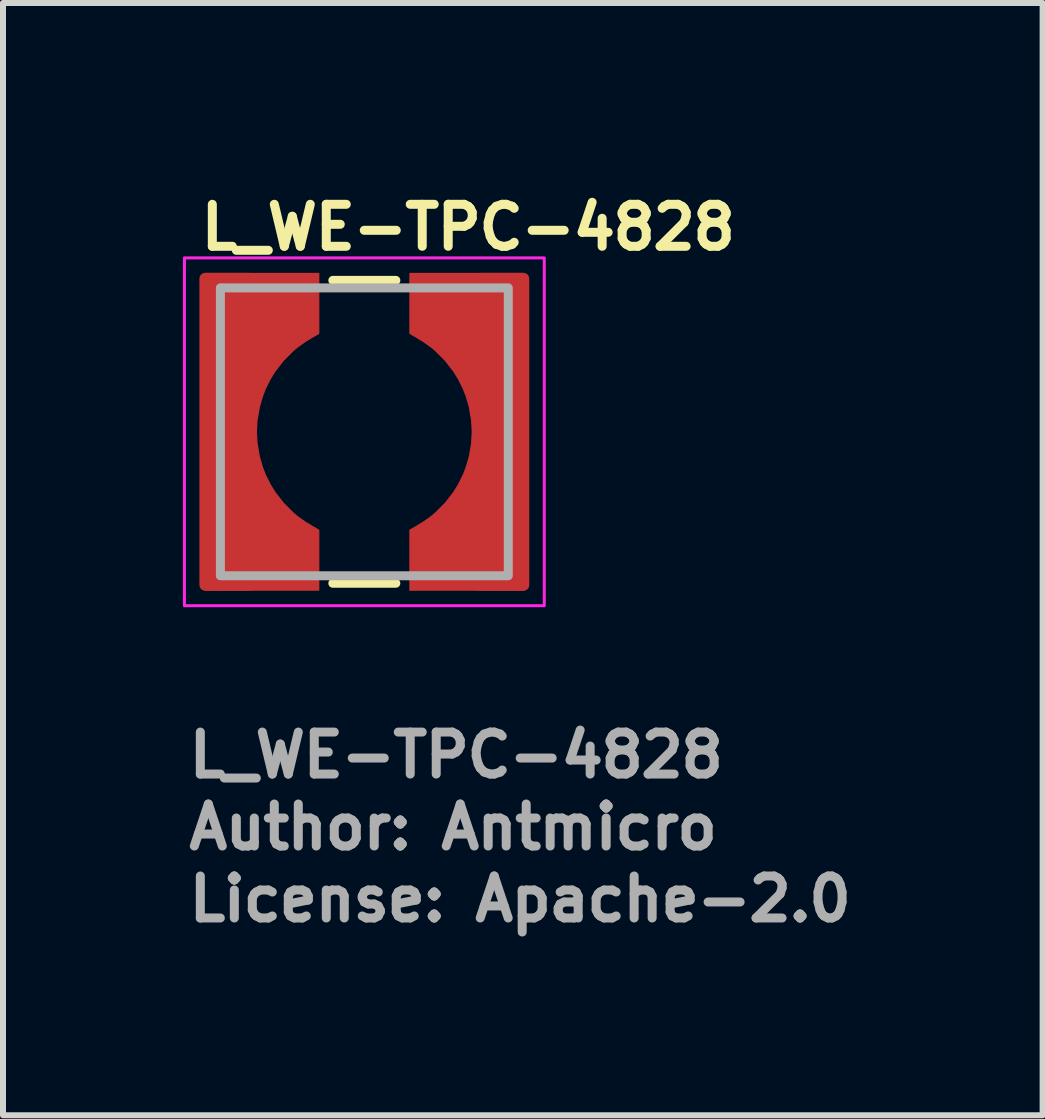
<source format=kicad_pcb>
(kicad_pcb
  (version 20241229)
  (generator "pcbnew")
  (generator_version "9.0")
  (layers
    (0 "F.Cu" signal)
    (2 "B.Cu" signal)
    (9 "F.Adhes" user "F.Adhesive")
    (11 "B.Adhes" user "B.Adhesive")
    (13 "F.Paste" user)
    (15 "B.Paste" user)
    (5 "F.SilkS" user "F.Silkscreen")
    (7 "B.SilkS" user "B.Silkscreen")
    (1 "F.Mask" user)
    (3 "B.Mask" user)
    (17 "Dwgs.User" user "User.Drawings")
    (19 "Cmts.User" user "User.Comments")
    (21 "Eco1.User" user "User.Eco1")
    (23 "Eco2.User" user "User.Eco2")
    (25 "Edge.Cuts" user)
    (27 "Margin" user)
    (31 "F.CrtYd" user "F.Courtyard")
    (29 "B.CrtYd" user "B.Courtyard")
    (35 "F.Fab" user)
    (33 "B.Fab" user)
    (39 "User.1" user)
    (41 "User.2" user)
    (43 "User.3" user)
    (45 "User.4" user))
  (footprint "L_WE-TPC-4828"
    (layer "F.Cu")
    (at 3.025 4.15)
    (property "Reference" "L_WE-TPC-4828" (at -2.8 -3 0) (layer "F.SilkS") (effects (font (size 0.7 0.7) (thickness 0.15)) (justify left bottom)))
    (attr smd)
    (fp_poly (pts (xy -2.667 -2.64) (xy -0.76 -2.64) (xy -0.76 -1.64) (xy -0.88 -1.57) (xy -0.98 -1.51) (xy -1.12 -1.41) (xy -1.19 -1.35) (xy -1.35 -1.19) (xy -1.49 -1.01) (xy -1.57 -0.88) (xy -1.65 -0.72) (xy -1.7 -0.59) (xy -1.75 -0.42) (xy -1.79 -0.19) (xy -1.8 0) (xy -1.79 0.19) (xy -1.75 0.42) (xy -1.7 0.59) (xy -1.65 0.72) (xy -1.57 0.88) (xy -1.49 1.01) (xy -1.35 1.19) (xy -1.19 1.35) (xy -1.12 1.41) (xy -0.98 1.51) (xy -0.88 1.57) (xy -0.76 1.64) (xy -0.76 2.64) (xy -2.65 2.64)) (stroke (width 0.02) (type solid)) (fill yes) (layer "F.Cu"))
    (fp_poly (pts (xy 2.667 2.64) (xy 0.76 2.64) (xy 0.76 1.64) (xy 0.88 1.57) (xy 0.98 1.51) (xy 1.12 1.41) (xy 1.19 1.35) (xy 1.35 1.19) (xy 1.49 1.01) (xy 1.57 0.88) (xy 1.65 0.72) (xy 1.7 0.59) (xy 1.75 0.42) (xy 1.79 0.19) (xy 1.8 0) (xy 1.79 -0.19) (xy 1.75 -0.42) (xy 1.7 -0.59) (xy 1.65 -0.72) (xy 1.57 -0.88) (xy 1.49 -1.01) (xy 1.35 -1.19) (xy 1.19 -1.35) (xy 1.12 -1.41) (xy 0.98 -1.51) (xy 0.88 -1.57) (xy 0.76 -1.64) (xy 0.76 -2.64) (xy 2.65 -2.64)) (stroke (width 0.02) (type solid)) (fill yes) (layer "F.Cu"))
    (fp_poly (pts (xy -2.667 -2.64) (xy -0.76 -2.64) (xy -0.76 -1.64) (xy -0.88 -1.57) (xy -0.98 -1.51) (xy -1.12 -1.41) (xy -1.19 -1.35) (xy -1.35 -1.19) (xy -1.49 -1.01) (xy -1.57 -0.88) (xy -1.65 -0.72) (xy -1.7 -0.59) (xy -1.75 -0.42) (xy -1.79 -0.19) (xy -1.8 0) (xy -1.79 0.19) (xy -1.75 0.42) (xy -1.7 0.59) (xy -1.65 0.72) (xy -1.57 0.88) (xy -1.49 1.01) (xy -1.35 1.19) (xy -1.19 1.35) (xy -1.12 1.41) (xy -0.98 1.51) (xy -0.88 1.57) (xy -0.76 1.64) (xy -0.76 2.64) (xy -2.65 2.64)) (stroke (width 0.02) (type solid)) (fill yes) (layer "F.Mask"))
    (fp_poly (pts (xy 2.667 2.64) (xy 0.76 2.64) (xy 0.76 1.64) (xy 0.88 1.57) (xy 0.98 1.51) (xy 1.12 1.41) (xy 1.19 1.35) (xy 1.35 1.19) (xy 1.49 1.01) (xy 1.57 0.88) (xy 1.65 0.72) (xy 1.7 0.59) (xy 1.75 0.42) (xy 1.79 0.19) (xy 1.8 0) (xy 1.79 -0.19) (xy 1.75 -0.42) (xy 1.7 -0.59) (xy 1.65 -0.72) (xy 1.57 -0.88) (xy 1.49 -1.01) (xy 1.35 -1.19) (xy 1.19 -1.35) (xy 1.12 -1.41) (xy 0.98 -1.51) (xy 0.88 -1.57) (xy 0.76 -1.64) (xy 0.76 -2.64) (xy 2.65 -2.64)) (stroke (width 0.02) (type solid)) (fill yes) (layer "F.Mask"))
    (fp_line (start -0.525 -2.525) (end 0.525 -2.525) (stroke (width 0.15) (type solid)) (layer "F.SilkS"))
    (fp_line (start -0.525 2.525) (end 0.525 2.525) (stroke (width 0.15) (type solid)) (layer "F.SilkS"))
    (fp_poly (pts (xy -2.667 -2.64) (xy -0.76 -2.64) (xy -0.76 -1.64) (xy -0.88 -1.57) (xy -0.98 -1.51) (xy -1.12 -1.41) (xy -1.19 -1.35) (xy -1.35 -1.19) (xy -1.49 -1.01) (xy -1.57 -0.88) (xy -1.65 -0.72) (xy -1.7 -0.59) (xy -1.75 -0.42) (xy -1.79 -0.19) (xy -1.8 0) (xy -1.79 0.19) (xy -1.75 0.42) (xy -1.7 0.59) (xy -1.65 0.72) (xy -1.57 0.88) (xy -1.49 1.01) (xy -1.35 1.19) (xy -1.19 1.35) (xy -1.12 1.41) (xy -0.98 1.51) (xy -0.88 1.57) (xy -0.76 1.64) (xy -0.76 2.64) (xy -2.65 2.64)) (stroke (width 0.02) (type solid)) (fill yes) (layer "F.Paste"))
    (fp_poly (pts (xy 2.667 2.64) (xy 0.76 2.64) (xy 0.76 1.64) (xy 0.88 1.57) (xy 0.98 1.51) (xy 1.12 1.41) (xy 1.19 1.35) (xy 1.35 1.19) (xy 1.49 1.01) (xy 1.57 0.88) (xy 1.65 0.72) (xy 1.7 0.59) (xy 1.75 0.42) (xy 1.79 0.19) (xy 1.8 0) (xy 1.79 -0.19) (xy 1.75 -0.42) (xy 1.7 -0.59) (xy 1.65 -0.72) (xy 1.57 -0.88) (xy 1.49 -1.01) (xy 1.35 -1.19) (xy 1.19 -1.35) (xy 1.12 -1.41) (xy 0.98 -1.51) (xy 0.88 -1.57) (xy 0.76 -1.64) (xy 0.76 -2.64) (xy 2.65 -2.64)) (stroke (width 0.02) (type solid)) (fill yes) (layer "F.Paste"))
    (fp_rect (start -3 2.9) (end 3 -2.9) (stroke (width 0.05) (type solid)) (fill no) (layer "F.CrtYd"))
    (fp_rect (start -2.4 2.4) (end 2.4 -2.4) (stroke (width 0.15) (type solid)) (fill no) (layer "F.Fab"))
    (fp_rect (start -2.4 2.4) (end 2.4 -2.4) (stroke (width 0.1) (type solid)) (fill no) (layer "User.5"))
    (fp_line (start -2.4 -2.2) (end -2.4 2.2) (stroke (width 0.02) (type solid)) (layer "User.9"))
    (fp_line (start -2.4 2.2) (end -2.399 2.209) (stroke (width 0.02) (type solid)) (layer "User.9"))
    (fp_line (start -2.399 -2.219) (end -2.399 -2.209) (stroke (width 0.02) (type solid)) (layer "User.9"))
    (fp_line (start -2.399 -2.209) (end -2.4 -2.2) (stroke (width 0.02) (type solid)) (layer "User.9"))
    (fp_line (start -2.399 2.209) (end -2.399 2.219) (stroke (width 0.02) (type solid)) (layer "User.9"))
    (fp_line (start -2.399 2.219) (end -2.397 2.229) (stroke (width 0.02) (type solid)) (layer "User.9"))
    (fp_line (start -2.397 -2.229) (end -2.399 -2.219) (stroke (width 0.02) (type solid)) (layer "User.9"))
    (fp_line (start -2.397 2.229) (end -2.396 2.239) (stroke (width 0.02) (type solid)) (layer "User.9"))
    (fp_line (start -2.396 -2.239) (end -2.397 -2.229) (stroke (width 0.02) (type solid)) (layer "User.9"))
    (fp_line (start -2.396 2.239) (end -2.393 2.248) (stroke (width 0.02) (type solid)) (layer "User.9"))
    (fp_line (start -2.393 -2.248) (end -2.396 -2.239) (stroke (width 0.02) (type solid)) (layer "User.9"))
    (fp_line (start -2.393 2.248) (end -2.391 2.258) (stroke (width 0.02) (type solid)) (layer "User.9"))
    (fp_line (start -2.391 -2.258) (end -2.393 -2.248) (stroke (width 0.02) (type solid)) (layer "User.9"))
    (fp_line (start -2.391 2.258) (end -2.388 2.267) (stroke (width 0.02) (type solid)) (layer "User.9"))
    (fp_line (start -2.388 -2.267) (end -2.391 -2.258) (stroke (width 0.02) (type solid)) (layer "User.9"))
    (fp_line (start -2.388 2.267) (end -2.384 2.276) (stroke (width 0.02) (type solid)) (layer "User.9"))
    (fp_line (start -2.384 -2.276) (end -2.388 -2.267) (stroke (width 0.02) (type solid)) (layer "User.9"))
    (fp_line (start -2.384 2.276) (end -2.38 2.285) (stroke (width 0.02) (type solid)) (layer "User.9"))
    (fp_line (start -2.38 -2.285) (end -2.384 -2.276) (stroke (width 0.02) (type solid)) (layer "User.9"))
    (fp_line (start -2.38 2.285) (end -2.376 2.294) (stroke (width 0.02) (type solid)) (layer "User.9"))
    (fp_line (start -2.376 -2.294) (end -2.38 -2.285) (stroke (width 0.02) (type solid)) (layer "User.9"))
    (fp_line (start -2.376 2.294) (end -2.371 2.302) (stroke (width 0.02) (type solid)) (layer "User.9"))
    (fp_line (start -2.371 -2.302) (end -2.376 -2.294) (stroke (width 0.02) (type solid)) (layer "User.9"))
    (fp_line (start -2.371 2.302) (end -2.366 2.31) (stroke (width 0.02) (type solid)) (layer "User.9"))
    (fp_line (start -2.366 -2.31) (end -2.371 -2.302) (stroke (width 0.02) (type solid)) (layer "User.9"))
    (fp_line (start -2.366 2.31) (end -2.36 2.318) (stroke (width 0.02) (type solid)) (layer "User.9"))
    (fp_line (start -2.36 -2.318) (end -2.366 -2.31) (stroke (width 0.02) (type solid)) (layer "User.9"))
    (fp_line (start -2.36 2.318) (end -2.354 2.326) (stroke (width 0.02) (type solid)) (layer "User.9"))
    (fp_line (start -2.354 -2.326) (end -2.36 -2.318) (stroke (width 0.02) (type solid)) (layer "User.9"))
    (fp_line (start -2.354 2.326) (end -2.348 2.334) (stroke (width 0.02) (type solid)) (layer "User.9"))
    (fp_line (start -2.348 -2.334) (end -2.354 -2.326) (stroke (width 0.02) (type solid)) (layer "User.9"))
    (fp_line (start -2.348 2.334) (end -2.341 2.341) (stroke (width 0.02) (type solid)) (layer "User.9"))
    (fp_line (start -2.341 -2.341) (end -2.348 -2.334) (stroke (width 0.02) (type solid)) (layer "User.9"))
    (fp_line (start -2.341 2.341) (end -2.334 2.348) (stroke (width 0.02) (type solid)) (layer "User.9"))
    (fp_line (start -2.334 -2.348) (end -2.341 -2.341) (stroke (width 0.02) (type solid)) (layer "User.9"))
    (fp_line (start -2.334 2.348) (end -2.326 2.354) (stroke (width 0.02) (type solid)) (layer "User.9"))
    (fp_line (start -2.326 -2.354) (end -2.334 -2.348) (stroke (width 0.02) (type solid)) (layer "User.9"))
    (fp_line (start -2.326 2.354) (end -2.318 2.36) (stroke (width 0.02) (type solid)) (layer "User.9"))
    (fp_line (start -2.318 -2.36) (end -2.326 -2.354) (stroke (width 0.02) (type solid)) (layer "User.9"))
    (fp_line (start -2.318 2.36) (end -2.31 2.366) (stroke (width 0.02) (type solid)) (layer "User.9"))
    (fp_line (start -2.31 -2.366) (end -2.318 -2.36) (stroke (width 0.02) (type solid)) (layer "User.9"))
    (fp_line (start -2.31 2.366) (end -2.302 2.371) (stroke (width 0.02) (type solid)) (layer "User.9"))
    (fp_line (start -2.302 -2.371) (end -2.31 -2.366) (stroke (width 0.02) (type solid)) (layer "User.9"))
    (fp_line (start -2.302 2.371) (end -2.294 2.376) (stroke (width 0.02) (type solid)) (layer "User.9"))
    (fp_line (start -2.294 -2.376) (end -2.302 -2.371) (stroke (width 0.02) (type solid)) (layer "User.9"))
    (fp_line (start -2.294 2.376) (end -2.285 2.38) (stroke (width 0.02) (type solid)) (layer "User.9"))
    (fp_line (start -2.285 -2.38) (end -2.294 -2.376) (stroke (width 0.02) (type solid)) (layer "User.9"))
    (fp_line (start -2.285 2.38) (end -2.276 2.384) (stroke (width 0.02) (type solid)) (layer "User.9"))
    (fp_line (start -2.276 -2.384) (end -2.285 -2.38) (stroke (width 0.02) (type solid)) (layer "User.9"))
    (fp_line (start -2.276 2.384) (end -2.267 2.388) (stroke (width 0.02) (type solid)) (layer "User.9"))
    (fp_line (start -2.267 -2.388) (end -2.276 -2.384) (stroke (width 0.02) (type solid)) (layer "User.9"))
    (fp_line (start -2.267 2.388) (end -2.258 2.391) (stroke (width 0.02) (type solid)) (layer "User.9"))
    (fp_line (start -2.258 -2.391) (end -2.267 -2.388) (stroke (width 0.02) (type solid)) (layer "User.9"))
    (fp_line (start -2.258 2.391) (end -2.248 2.393) (stroke (width 0.02) (type solid)) (layer "User.9"))
    (fp_line (start -2.248 -2.393) (end -2.258 -2.391) (stroke (width 0.02) (type solid)) (layer "User.9"))
    (fp_line (start -2.248 2.393) (end -2.239 2.396) (stroke (width 0.02) (type solid)) (layer "User.9"))
    (fp_line (start -2.239 -2.396) (end -2.248 -2.393) (stroke (width 0.02) (type solid)) (layer "User.9"))
    (fp_line (start -2.239 2.396) (end -2.229 2.397) (stroke (width 0.02) (type solid)) (layer "User.9"))
    (fp_line (start -2.229 -2.397) (end -2.239 -2.396) (stroke (width 0.02) (type solid)) (layer "User.9"))
    (fp_line (start -2.229 2.397) (end -2.219 2.399) (stroke (width 0.02) (type solid)) (layer "User.9"))
    (fp_line (start -2.219 -2.399) (end -2.229 -2.397) (stroke (width 0.02) (type solid)) (layer "User.9"))
    (fp_line (start -2.219 2.399) (end -2.209 2.399) (stroke (width 0.02) (type solid)) (layer "User.9"))
    (fp_line (start -2.209 -2.399) (end -2.219 -2.399) (stroke (width 0.02) (type solid)) (layer "User.9"))
    (fp_line (start -2.209 2.399) (end -2.2 2.4) (stroke (width 0.02) (type solid)) (layer "User.9"))
    (fp_line (start -2.2 -2.4) (end -2.209 -2.399) (stroke (width 0.02) (type solid)) (layer "User.9"))
    (fp_line (start -2.2 2.4) (end -0.8 2.4) (stroke (width 0.02) (type solid)) (layer "User.9"))
    (fp_line (start -2.2 2.4) (end 2.2 2.4) (stroke (width 0.02) (type solid)) (layer "User.9"))
    (fp_line (start -0.8 -2.4) (end -2.2 -2.4) (stroke (width 0.02) (type solid)) (layer "User.9"))
    (fp_line (start 0.8 -2.4) (end 2.2 -2.4) (stroke (width 0.02) (type solid)) (layer "User.9"))
    (fp_line (start 2.2 -2.4) (end -2.2 -2.4) (stroke (width 0.02) (type solid)) (layer "User.9"))
    (fp_line (start 2.2 2.4) (end 0.8 2.4) (stroke (width 0.02) (type solid)) (layer "User.9"))
    (fp_line (start 2.2 2.4) (end 2.209 2.399) (stroke (width 0.02) (type solid)) (layer "User.9"))
    (fp_line (start 2.209 -2.399) (end 2.2 -2.4) (stroke (width 0.02) (type solid)) (layer "User.9"))
    (fp_line (start 2.209 2.399) (end 2.219 2.399) (stroke (width 0.02) (type solid)) (layer "User.9"))
    (fp_line (start 2.219 -2.399) (end 2.209 -2.399) (stroke (width 0.02) (type solid)) (layer "User.9"))
    (fp_line (start 2.219 2.399) (end 2.229 2.397) (stroke (width 0.02) (type solid)) (layer "User.9"))
    (fp_line (start 2.229 -2.397) (end 2.219 -2.399) (stroke (width 0.02) (type solid)) (layer "User.9"))
    (fp_line (start 2.229 2.397) (end 2.239 2.396) (stroke (width 0.02) (type solid)) (layer "User.9"))
    (fp_line (start 2.239 -2.396) (end 2.229 -2.397) (stroke (width 0.02) (type solid)) (layer "User.9"))
    (fp_line (start 2.239 2.396) (end 2.248 2.393) (stroke (width 0.02) (type solid)) (layer "User.9"))
    (fp_line (start 2.248 -2.393) (end 2.239 -2.396) (stroke (width 0.02) (type solid)) (layer "User.9"))
    (fp_line (start 2.248 2.393) (end 2.258 2.391) (stroke (width 0.02) (type solid)) (layer "User.9"))
    (fp_line (start 2.258 -2.391) (end 2.248 -2.393) (stroke (width 0.02) (type solid)) (layer "User.9"))
    (fp_line (start 2.258 2.391) (end 2.267 2.388) (stroke (width 0.02) (type solid)) (layer "User.9"))
    (fp_line (start 2.267 -2.388) (end 2.258 -2.391) (stroke (width 0.02) (type solid)) (layer "User.9"))
    (fp_line (start 2.267 2.388) (end 2.276 2.384) (stroke (width 0.02) (type solid)) (layer "User.9"))
    (fp_line (start 2.276 -2.384) (end 2.267 -2.388) (stroke (width 0.02) (type solid)) (layer "User.9"))
    (fp_line (start 2.276 2.384) (end 2.285 2.38) (stroke (width 0.02) (type solid)) (layer "User.9"))
    (fp_line (start 2.285 -2.38) (end 2.276 -2.384) (stroke (width 0.02) (type solid)) (layer "User.9"))
    (fp_line (start 2.285 2.38) (end 2.294 2.376) (stroke (width 0.02) (type solid)) (layer "User.9"))
    (fp_line (start 2.294 -2.376) (end 2.285 -2.38) (stroke (width 0.02) (type solid)) (layer "User.9"))
    (fp_line (start 2.294 2.376) (end 2.302 2.371) (stroke (width 0.02) (type solid)) (layer "User.9"))
    (fp_line (start 2.302 -2.371) (end 2.294 -2.376) (stroke (width 0.02) (type solid)) (layer "User.9"))
    (fp_line (start 2.302 2.371) (end 2.31 2.366) (stroke (width 0.02) (type solid)) (layer "User.9"))
    (fp_line (start 2.31 -2.366) (end 2.302 -2.371) (stroke (width 0.02) (type solid)) (layer "User.9"))
    (fp_line (start 2.31 2.366) (end 2.318 2.36) (stroke (width 0.02) (type solid)) (layer "User.9"))
    (fp_line (start 2.318 -2.36) (end 2.31 -2.366) (stroke (width 0.02) (type solid)) (layer "User.9"))
    (fp_line (start 2.318 2.36) (end 2.326 2.354) (stroke (width 0.02) (type solid)) (layer "User.9"))
    (fp_line (start 2.326 -2.354) (end 2.318 -2.36) (stroke (width 0.02) (type solid)) (layer "User.9"))
    (fp_line (start 2.326 2.354) (end 2.334 2.348) (stroke (width 0.02) (type solid)) (layer "User.9"))
    (fp_line (start 2.334 -2.348) (end 2.326 -2.354) (stroke (width 0.02) (type solid)) (layer "User.9"))
    (fp_line (start 2.334 2.348) (end 2.341 2.341) (stroke (width 0.02) (type solid)) (layer "User.9"))
    (fp_line (start 2.341 -2.341) (end 2.334 -2.348) (stroke (width 0.02) (type solid)) (layer "User.9"))
    (fp_line (start 2.341 2.341) (end 2.348 2.334) (stroke (width 0.02) (type solid)) (layer "User.9"))
    (fp_line (start 2.348 -2.334) (end 2.341 -2.341) (stroke (width 0.02) (type solid)) (layer "User.9"))
    (fp_line (start 2.348 2.334) (end 2.354 2.326) (stroke (width 0.02) (type solid)) (layer "User.9"))
    (fp_line (start 2.354 -2.326) (end 2.348 -2.334) (stroke (width 0.02) (type solid)) (layer "User.9"))
    (fp_line (start 2.354 2.326) (end 2.36 2.318) (stroke (width 0.02) (type solid)) (layer "User.9"))
    (fp_line (start 2.36 -2.318) (end 2.354 -2.326) (stroke (width 0.02) (type solid)) (layer "User.9"))
    (fp_line (start 2.36 2.318) (end 2.366 2.31) (stroke (width 0.02) (type solid)) (layer "User.9"))
    (fp_line (start 2.366 -2.31) (end 2.36 -2.318) (stroke (width 0.02) (type solid)) (layer "User.9"))
    (fp_line (start 2.366 2.31) (end 2.371 2.302) (stroke (width 0.02) (type solid)) (layer "User.9"))
    (fp_line (start 2.371 -2.302) (end 2.366 -2.31) (stroke (width 0.02) (type solid)) (layer "User.9"))
    (fp_line (start 2.371 2.302) (end 2.376 2.294) (stroke (width 0.02) (type solid)) (layer "User.9"))
    (fp_line (start 2.376 -2.294) (end 2.371 -2.302) (stroke (width 0.02) (type solid)) (layer "User.9"))
    (fp_line (start 2.376 2.294) (end 2.38 2.285) (stroke (width 0.02) (type solid)) (layer "User.9"))
    (fp_line (start 2.38 -2.285) (end 2.376 -2.294) (stroke (width 0.02) (type solid)) (layer "User.9"))
    (fp_line (start 2.38 2.285) (end 2.384 2.276) (stroke (width 0.02) (type solid)) (layer "User.9"))
    (fp_line (start 2.384 -2.276) (end 2.38 -2.285) (stroke (width 0.02) (type solid)) (layer "User.9"))
    (fp_line (start 2.384 2.276) (end 2.388 2.267) (stroke (width 0.02) (type solid)) (layer "User.9"))
    (fp_line (start 2.388 -2.267) (end 2.384 -2.276) (stroke (width 0.02) (type solid)) (layer "User.9"))
    (fp_line (start 2.388 2.267) (end 2.391 2.258) (stroke (width 0.02) (type solid)) (layer "User.9"))
    (fp_line (start 2.391 -2.258) (end 2.388 -2.267) (stroke (width 0.02) (type solid)) (layer "User.9"))
    (fp_line (start 2.391 2.258) (end 2.393 2.248) (stroke (width 0.02) (type solid)) (layer "User.9"))
    (fp_line (start 2.393 -2.248) (end 2.391 -2.258) (stroke (width 0.02) (type solid)) (layer "User.9"))
    (fp_line (start 2.393 2.248) (end 2.396 2.239) (stroke (width 0.02) (type solid)) (layer "User.9"))
    (fp_line (start 2.396 -2.239) (end 2.393 -2.248) (stroke (width 0.02) (type solid)) (layer "User.9"))
    (fp_line (start 2.396 2.239) (end 2.397 2.229) (stroke (width 0.02) (type solid)) (layer "User.9"))
    (fp_line (start 2.397 -2.229) (end 2.396 -2.239) (stroke (width 0.02) (type solid)) (layer "User.9"))
    (fp_line (start 2.397 2.229) (end 2.399 2.219) (stroke (width 0.02) (type solid)) (layer "User.9"))
    (fp_line (start 2.399 -2.219) (end 2.397 -2.229) (stroke (width 0.02) (type solid)) (layer "User.9"))
    (fp_line (start 2.399 -2.209) (end 2.399 -2.219) (stroke (width 0.02) (type solid)) (layer "User.9"))
    (fp_line (start 2.399 2.209) (end 2.4 2.2) (stroke (width 0.02) (type solid)) (layer "User.9"))
    (fp_line (start 2.399 2.219) (end 2.399 2.209) (stroke (width 0.02) (type solid)) (layer "User.9"))
    (fp_line (start 2.4 -2.2) (end 2.399 -2.209) (stroke (width 0.02) (type solid)) (layer "User.9"))
    (fp_line (start 2.4 -2.2) (end 2.4 2.2) (stroke (width 0.02) (type solid)) (layer "User.9"))
    (fp_line (start 2.4 2.2) (end 2.4 -2.2) (stroke (width 0.02) (type solid)) (layer "User.9"))
    (fp_circle (center -1.08 0) (end -0.987 0) (stroke (width 0.02) (type solid)) (fill no) (layer "User.9"))
    (fp_circle (center 0 0) (end 0 1.73) (stroke (width 0.02) (type solid)) (fill no) (layer "User.9"))
    (fp_text user "Author: Antmicro" (at -3 7 0) (layer "F.Fab") (effects (font (size 0.7 0.7) (thickness 0.15)) (justify left bottom)))
    (fp_text user "${REFERENCE}" (at -3 5.8 0) (layer "F.Fab") (effects (font (size 0.7 0.7) (thickness 0.15)) (justify left bottom)))
    (fp_text user "License: Apache-2.0" (at -3 8.2 0) (layer "F.Fab") (effects (font (size 0.7 0.7) (thickness 0.15)) (justify left bottom)))
    (pad "1" smd roundrect (at -2.285 0 180) (size 0.93 5.3) (layers "F.Cu" "F.Mask" "F.Paste") (roundrect_rratio 0.1))
    (pad "2" smd roundrect (at 2.285 0) (size 0.93 5.3) (layers "F.Cu" "F.Mask" "F.Paste") (roundrect_rratio 0.1)))
  (gr_rect
    (start -3 -3)
    (end 14.335 15.546)
    (stroke (width 0.1) (type default))
    (fill no)
    (layer "Edge.Cuts")))
</source>
